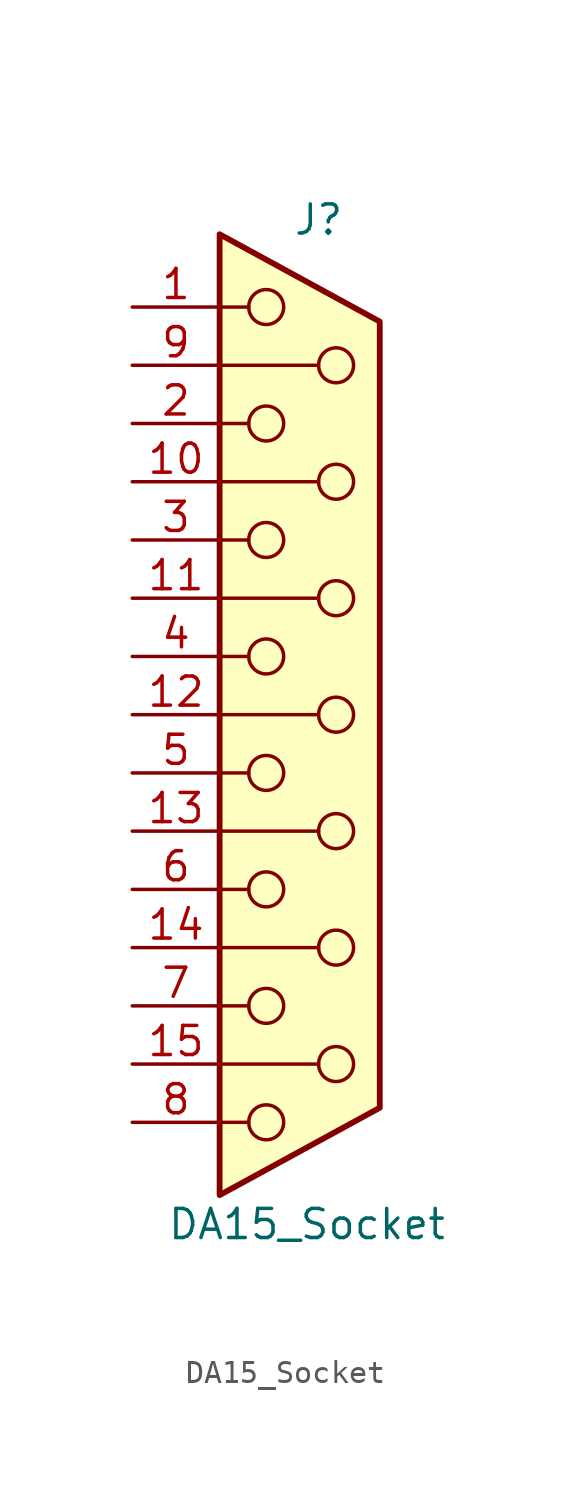
<source format=kicad_sym>
(kicad_symbol_lib
  (version 20241209)
  (generator "kicad_symbol_editor")
  (generator_version "9.0")
  (symbol "DA15_Socket"
    (pin_names
      (offset 1.016)
      (hide yes))
    (property "Reference" "J"
      (at 0.508 21.59 0)
      (effects (font (size 1.27 1.27))))
    (property "Value" "DA15_Socket"
      (at 0 -22.225 0)
      (effects (font (size 1.27 1.27))))
    (symbol "DA15_Socket_0_1"
      (polyline (pts (xy -3.81 20.955) (xy 3.175 17.145) (xy 3.175 -17.145) (xy -3.81 -20.955) (xy -3.81 20.955)) (stroke (width 0.254) (type default)) (fill (type background)))
      (polyline (pts (xy -3.81 17.78) (xy -2.54 17.78)) (stroke (width 0) (type default)) (fill (type none)))
      (polyline (pts (xy -3.81 15.24) (xy 0.508 15.24)) (stroke (width 0) (type default)) (fill (type none)))
      (polyline (pts (xy -3.81 12.7) (xy -2.54 12.7)) (stroke (width 0) (type default)) (fill (type none)))
      (polyline (pts (xy -3.81 10.16) (xy 0.508 10.16)) (stroke (width 0) (type default)) (fill (type none)))
      (polyline (pts (xy -3.81 7.62) (xy -2.54 7.62)) (stroke (width 0) (type default)) (fill (type none)))
      (polyline (pts (xy -3.81 5.08) (xy 0.508 5.08)) (stroke (width 0) (type default)) (fill (type none)))
      (polyline (pts (xy -3.81 2.54) (xy -2.54 2.54)) (stroke (width 0) (type default)) (fill (type none)))
      (polyline (pts (xy -3.81 0) (xy 0.508 0)) (stroke (width 0) (type default)) (fill (type none)))
      (polyline (pts (xy -3.81 -2.54) (xy -2.54 -2.54)) (stroke (width 0) (type default)) (fill (type none)))
      (polyline (pts (xy -3.81 -5.08) (xy 0.508 -5.08)) (stroke (width 0) (type default)) (fill (type none)))
      (polyline (pts (xy -3.81 -7.62) (xy -2.54 -7.62)) (stroke (width 0) (type default)) (fill (type none)))
      (polyline (pts (xy -3.81 -10.16) (xy 0.508 -10.16)) (stroke (width 0) (type default)) (fill (type none)))
      (polyline (pts (xy -3.81 -12.7) (xy -2.54 -12.7)) (stroke (width 0) (type default)) (fill (type none)))
      (polyline (pts (xy -3.81 -15.24) (xy 0.508 -15.24)) (stroke (width 0) (type default)) (fill (type none)))
      (polyline (pts (xy -3.81 -17.78) (xy -2.54 -17.78)) (stroke (width 0) (type default)) (fill (type none)))
      (circle (center -1.778 17.78) (radius 0.762) (stroke (width 0) (type default)) (fill (type none)))
      (circle (center -1.778 12.7) (radius 0.762) (stroke (width 0) (type default)) (fill (type none)))
      (circle (center -1.778 7.62) (radius 0.762) (stroke (width 0) (type default)) (fill (type none)))
      (circle (center -1.778 2.54) (radius 0.762) (stroke (width 0) (type default)) (fill (type none)))
      (circle (center -1.778 -2.54) (radius 0.762) (stroke (width 0) (type default)) (fill (type none)))
      (circle (center -1.778 -7.62) (radius 0.762) (stroke (width 0) (type default)) (fill (type none)))
      (circle (center -1.778 -12.7) (radius 0.762) (stroke (width 0) (type default)) (fill (type none)))
      (circle (center -1.778 -17.78) (radius 0.762) (stroke (width 0) (type default)) (fill (type none)))
      (circle (center 1.27 15.24) (radius 0.762) (stroke (width 0) (type default)) (fill (type none)))
      (circle (center 1.27 10.16) (radius 0.762) (stroke (width 0) (type default)) (fill (type none)))
      (circle (center 1.27 5.08) (radius 0.762) (stroke (width 0) (type default)) (fill (type none)))
      (circle (center 1.27 0) (radius 0.762) (stroke (width 0) (type default)) (fill (type none)))
      (circle (center 1.27 -5.08) (radius 0.762) (stroke (width 0) (type default)) (fill (type none)))
      (circle (center 1.27 -10.16) (radius 0.762) (stroke (width 0) (type default)) (fill (type none)))
      (circle (center 1.27 -15.24) (radius 0.762) (stroke (width 0) (type default)) (fill (type none))))
    (symbol "DA15_Socket_1_1"
      (pin passive line (at -7.62 17.78 0) (length 3.81) (name "1" (effects (font (size 1.27 1.27)))) (number "1" (effects (font (size 1.27 1.27)))))
      (pin passive line (at -7.62 15.24 0) (length 3.81) (name "P9" (effects (font (size 1.27 1.27)))) (number "9" (effects (font (size 1.27 1.27)))))
      (pin passive line (at -7.62 12.7 0) (length 3.81) (name "2" (effects (font (size 1.27 1.27)))) (number "2" (effects (font (size 1.27 1.27)))))
      (pin passive line (at -7.62 10.16 0) (length 3.81) (name "P10" (effects (font (size 1.27 1.27)))) (number "10" (effects (font (size 1.27 1.27)))))
      (pin passive line (at -7.62 7.62 0) (length 3.81) (name "3" (effects (font (size 1.27 1.27)))) (number "3" (effects (font (size 1.27 1.27)))))
      (pin passive line (at -7.62 5.08 0) (length 3.81) (name "P111" (effects (font (size 1.27 1.27)))) (number "11" (effects (font (size 1.27 1.27)))))
      (pin passive line (at -7.62 2.54 0) (length 3.81) (name "4" (effects (font (size 1.27 1.27)))) (number "4" (effects (font (size 1.27 1.27)))))
      (pin passive line (at -7.62 0 0) (length 3.81) (name "P12" (effects (font (size 1.27 1.27)))) (number "12" (effects (font (size 1.27 1.27)))))
      (pin passive line (at -7.62 -2.54 0) (length 3.81) (name "5" (effects (font (size 1.27 1.27)))) (number "5" (effects (font (size 1.27 1.27)))))
      (pin passive line (at -7.62 -5.08 0) (length 3.81) (name "P13" (effects (font (size 1.27 1.27)))) (number "13" (effects (font (size 1.27 1.27)))))
      (pin passive line (at -7.62 -7.62 0) (length 3.81) (name "6" (effects (font (size 1.27 1.27)))) (number "6" (effects (font (size 1.27 1.27)))))
      (pin passive line (at -7.62 -10.16 0) (length 3.81) (name "P14" (effects (font (size 1.27 1.27)))) (number "14" (effects (font (size 1.27 1.27)))))
      (pin passive line (at -7.62 -12.7 0) (length 3.81) (name "7" (effects (font (size 1.27 1.27)))) (number "7" (effects (font (size 1.27 1.27)))))
      (pin passive line (at -7.62 -15.24 0) (length 3.81) (name "P15" (effects (font (size 1.27 1.27)))) (number "15" (effects (font (size 1.27 1.27)))))
      (pin passive line (at -7.62 -17.78 0) (length 3.81) (name "8" (effects (font (size 1.27 1.27)))) (number "8" (effects (font (size 1.27 1.27))))))))
</source>
